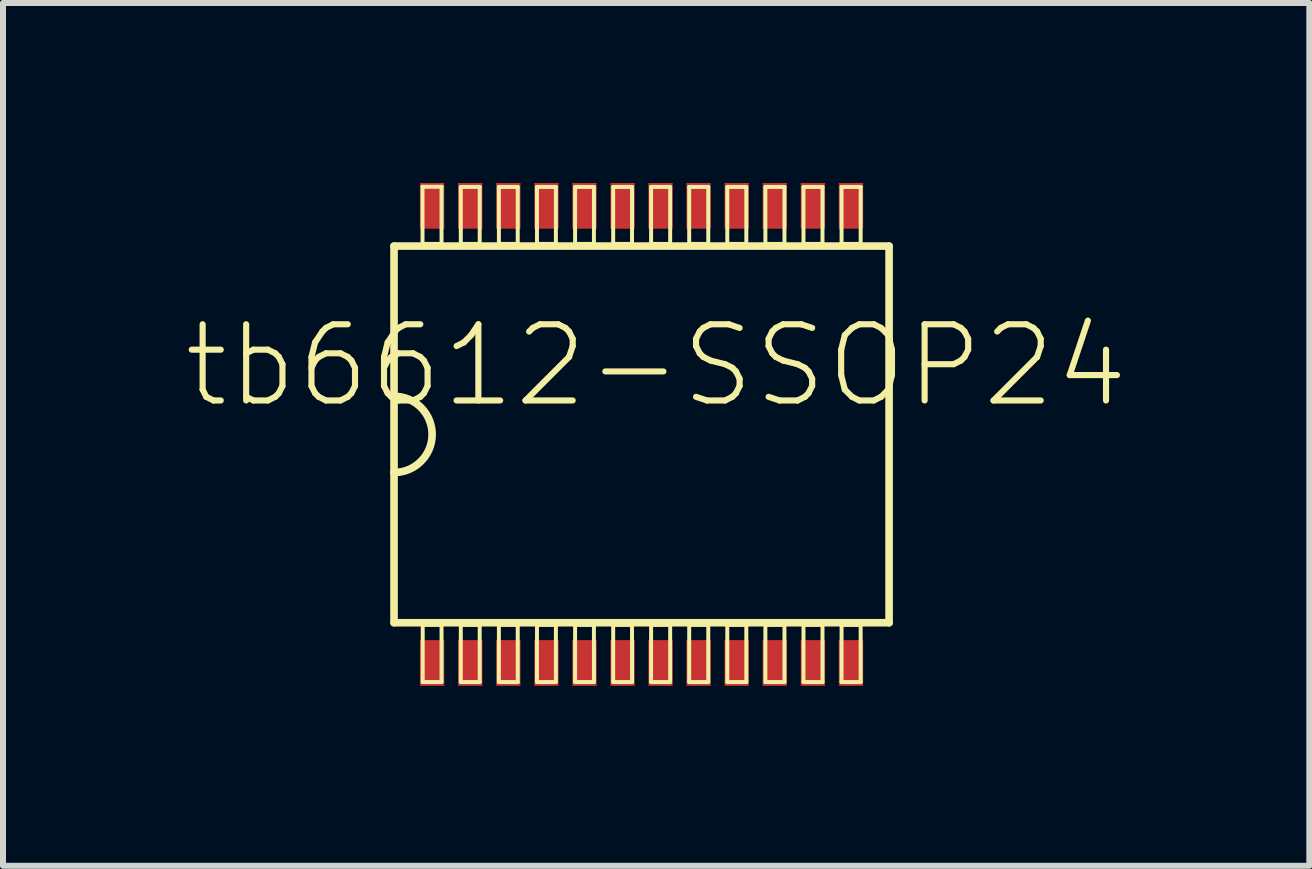
<source format=kicad_pcb>
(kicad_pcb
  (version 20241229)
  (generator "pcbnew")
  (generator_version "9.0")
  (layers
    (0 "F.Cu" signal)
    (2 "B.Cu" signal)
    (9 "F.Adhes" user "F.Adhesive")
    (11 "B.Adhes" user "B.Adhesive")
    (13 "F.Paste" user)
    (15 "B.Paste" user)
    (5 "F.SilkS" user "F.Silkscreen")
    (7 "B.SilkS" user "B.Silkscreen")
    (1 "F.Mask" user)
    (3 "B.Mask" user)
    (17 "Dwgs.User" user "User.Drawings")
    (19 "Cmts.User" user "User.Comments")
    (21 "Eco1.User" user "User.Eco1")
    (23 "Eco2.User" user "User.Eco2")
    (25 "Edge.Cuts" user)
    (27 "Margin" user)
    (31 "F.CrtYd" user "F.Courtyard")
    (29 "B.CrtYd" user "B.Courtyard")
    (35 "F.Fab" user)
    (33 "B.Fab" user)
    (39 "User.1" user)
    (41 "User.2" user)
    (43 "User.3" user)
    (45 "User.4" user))
  (footprint "tb6612-SSOP24"
    (layer "F.Cu")
    (at 7.803 4.191)
    (property "Reference" "tb6612-SSOP24" (at 0.084 -1.148 0) (layer "F.SilkS") (effects (font (size 1.27 1.27) (thickness 0.102))))
    (attr smd)
    (fp_line (start -4.285 -3.139) (end 3.967 -3.139) (stroke (width 0.127) (type solid)) (layer "F.SilkS"))
    (fp_line (start -4.285 -0.635) (end -4.285 -3.139) (stroke (width 0.127) (type solid)) (layer "F.SilkS"))
    (fp_line (start -4.285 0.635) (end -4.285 -0.635) (stroke (width 0.127) (type solid)) (layer "F.SilkS"))
    (fp_line (start -4.285 3.139) (end -4.285 0.635) (stroke (width 0.127) (type solid)) (layer "F.SilkS"))
    (fp_line (start -3.81 -4.128) (end -3.493 -4.128) (stroke (width 0.066) (type solid)) (layer "F.SilkS"))
    (fp_line (start -3.81 -3.175) (end -3.81 -4.128) (stroke (width 0.066) (type solid)) (layer "F.SilkS"))
    (fp_line (start -3.81 -3.175) (end -3.493 -3.175) (stroke (width 0.066) (type solid)) (layer "F.SilkS"))
    (fp_line (start -3.807 3.175) (end -3.493 3.175) (stroke (width 0.066) (type solid)) (layer "F.SilkS"))
    (fp_line (start -3.807 4.128) (end -3.807 3.175) (stroke (width 0.066) (type solid)) (layer "F.SilkS"))
    (fp_line (start -3.807 4.128) (end -3.493 4.128) (stroke (width 0.066) (type solid)) (layer "F.SilkS"))
    (fp_line (start -3.493 -3.175) (end -3.493 -4.128) (stroke (width 0.066) (type solid)) (layer "F.SilkS"))
    (fp_line (start -3.493 4.128) (end -3.493 3.175) (stroke (width 0.066) (type solid)) (layer "F.SilkS"))
    (fp_line (start -3.172 -4.125) (end -2.857 -4.125) (stroke (width 0.066) (type solid)) (layer "F.SilkS"))
    (fp_line (start -3.172 -3.175) (end -3.172 -4.125) (stroke (width 0.066) (type solid)) (layer "F.SilkS"))
    (fp_line (start -3.172 -3.175) (end -2.857 -3.175) (stroke (width 0.066) (type solid)) (layer "F.SilkS"))
    (fp_line (start -3.172 3.175) (end -2.857 3.175) (stroke (width 0.066) (type solid)) (layer "F.SilkS"))
    (fp_line (start -3.172 4.128) (end -3.172 3.175) (stroke (width 0.066) (type solid)) (layer "F.SilkS"))
    (fp_line (start -3.172 4.128) (end -2.857 4.128) (stroke (width 0.066) (type solid)) (layer "F.SilkS"))
    (fp_line (start -2.857 -3.175) (end -2.857 -4.125) (stroke (width 0.066) (type solid)) (layer "F.SilkS"))
    (fp_line (start -2.857 4.128) (end -2.857 3.175) (stroke (width 0.066) (type solid)) (layer "F.SilkS"))
    (fp_line (start -2.537 -4.125) (end -2.223 -4.125) (stroke (width 0.066) (type solid)) (layer "F.SilkS"))
    (fp_line (start -2.537 -3.175) (end -2.537 -4.125) (stroke (width 0.066) (type solid)) (layer "F.SilkS"))
    (fp_line (start -2.537 -3.175) (end -2.223 -3.175) (stroke (width 0.066) (type solid)) (layer "F.SilkS"))
    (fp_line (start -2.537 3.175) (end -2.223 3.175) (stroke (width 0.066) (type solid)) (layer "F.SilkS"))
    (fp_line (start -2.537 4.128) (end -2.537 3.175) (stroke (width 0.066) (type solid)) (layer "F.SilkS"))
    (fp_line (start -2.537 4.128) (end -2.223 4.128) (stroke (width 0.066) (type solid)) (layer "F.SilkS"))
    (fp_line (start -2.223 -3.175) (end -2.223 -4.125) (stroke (width 0.066) (type solid)) (layer "F.SilkS"))
    (fp_line (start -2.223 4.128) (end -2.223 3.175) (stroke (width 0.066) (type solid)) (layer "F.SilkS"))
    (fp_line (start -1.902 -4.125) (end -1.587 -4.125) (stroke (width 0.066) (type solid)) (layer "F.SilkS"))
    (fp_line (start -1.902 -3.175) (end -1.902 -4.125) (stroke (width 0.066) (type solid)) (layer "F.SilkS"))
    (fp_line (start -1.902 -3.175) (end -1.587 -3.175) (stroke (width 0.066) (type solid)) (layer "F.SilkS"))
    (fp_line (start -1.902 3.175) (end -1.587 3.175) (stroke (width 0.066) (type solid)) (layer "F.SilkS"))
    (fp_line (start -1.902 4.128) (end -1.902 3.175) (stroke (width 0.066) (type solid)) (layer "F.SilkS"))
    (fp_line (start -1.902 4.128) (end -1.587 4.128) (stroke (width 0.066) (type solid)) (layer "F.SilkS"))
    (fp_line (start -1.587 -3.175) (end -1.587 -4.125) (stroke (width 0.066) (type solid)) (layer "F.SilkS"))
    (fp_line (start -1.587 4.128) (end -1.587 3.175) (stroke (width 0.066) (type solid)) (layer "F.SilkS"))
    (fp_line (start -1.267 -4.125) (end -0.953 -4.125) (stroke (width 0.066) (type solid)) (layer "F.SilkS"))
    (fp_line (start -1.267 -3.175) (end -1.267 -4.125) (stroke (width 0.066) (type solid)) (layer "F.SilkS"))
    (fp_line (start -1.267 -3.175) (end -0.953 -3.175) (stroke (width 0.066) (type solid)) (layer "F.SilkS"))
    (fp_line (start -1.267 3.175) (end -0.953 3.175) (stroke (width 0.066) (type solid)) (layer "F.SilkS"))
    (fp_line (start -1.267 4.128) (end -1.267 3.175) (stroke (width 0.066) (type solid)) (layer "F.SilkS"))
    (fp_line (start -1.267 4.128) (end -0.953 4.128) (stroke (width 0.066) (type solid)) (layer "F.SilkS"))
    (fp_line (start -0.953 -3.175) (end -0.953 -4.125) (stroke (width 0.066) (type solid)) (layer "F.SilkS"))
    (fp_line (start -0.953 4.128) (end -0.953 3.175) (stroke (width 0.066) (type solid)) (layer "F.SilkS"))
    (fp_line (start -0.632 -4.125) (end -0.318 -4.125) (stroke (width 0.066) (type solid)) (layer "F.SilkS"))
    (fp_line (start -0.632 -3.175) (end -0.632 -4.125) (stroke (width 0.066) (type solid)) (layer "F.SilkS"))
    (fp_line (start -0.632 -3.175) (end -0.318 -3.175) (stroke (width 0.066) (type solid)) (layer "F.SilkS"))
    (fp_line (start -0.632 3.175) (end -0.318 3.175) (stroke (width 0.066) (type solid)) (layer "F.SilkS"))
    (fp_line (start -0.632 4.128) (end -0.632 3.175) (stroke (width 0.066) (type solid)) (layer "F.SilkS"))
    (fp_line (start -0.632 4.128) (end -0.318 4.128) (stroke (width 0.066) (type solid)) (layer "F.SilkS"))
    (fp_line (start -0.318 -3.175) (end -0.318 -4.125) (stroke (width 0.066) (type solid)) (layer "F.SilkS"))
    (fp_line (start -0.318 4.128) (end -0.318 3.175) (stroke (width 0.066) (type solid)) (layer "F.SilkS"))
    (fp_line (start 0 -4.125) (end 0.318 -4.125) (stroke (width 0.066) (type solid)) (layer "F.SilkS"))
    (fp_line (start 0 -3.175) (end 0 -4.125) (stroke (width 0.066) (type solid)) (layer "F.SilkS"))
    (fp_line (start 0 -3.175) (end 0.318 -3.175) (stroke (width 0.066) (type solid)) (layer "F.SilkS"))
    (fp_line (start 0 3.175) (end 0.318 3.175) (stroke (width 0.066) (type solid)) (layer "F.SilkS"))
    (fp_line (start 0 4.128) (end 0 3.175) (stroke (width 0.066) (type solid)) (layer "F.SilkS"))
    (fp_line (start 0 4.128) (end 0.318 4.128) (stroke (width 0.066) (type solid)) (layer "F.SilkS"))
    (fp_line (start 0.318 -3.175) (end 0.318 -4.125) (stroke (width 0.066) (type solid)) (layer "F.SilkS"))
    (fp_line (start 0.318 4.128) (end 0.318 3.175) (stroke (width 0.066) (type solid)) (layer "F.SilkS"))
    (fp_line (start 0.635 -4.125) (end 0.953 -4.125) (stroke (width 0.066) (type solid)) (layer "F.SilkS"))
    (fp_line (start 0.635 -3.175) (end 0.635 -4.125) (stroke (width 0.066) (type solid)) (layer "F.SilkS"))
    (fp_line (start 0.635 -3.175) (end 0.953 -3.175) (stroke (width 0.066) (type solid)) (layer "F.SilkS"))
    (fp_line (start 0.635 3.175) (end 0.953 3.175) (stroke (width 0.066) (type solid)) (layer "F.SilkS"))
    (fp_line (start 0.635 4.128) (end 0.635 3.175) (stroke (width 0.066) (type solid)) (layer "F.SilkS"))
    (fp_line (start 0.635 4.128) (end 0.953 4.128) (stroke (width 0.066) (type solid)) (layer "F.SilkS"))
    (fp_line (start 0.953 -3.175) (end 0.953 -4.125) (stroke (width 0.066) (type solid)) (layer "F.SilkS"))
    (fp_line (start 0.953 4.128) (end 0.953 3.175) (stroke (width 0.066) (type solid)) (layer "F.SilkS"))
    (fp_line (start 1.27 -4.125) (end 1.587 -4.125) (stroke (width 0.066) (type solid)) (layer "F.SilkS"))
    (fp_line (start 1.27 -3.175) (end 1.27 -4.125) (stroke (width 0.066) (type solid)) (layer "F.SilkS"))
    (fp_line (start 1.27 -3.175) (end 1.587 -3.175) (stroke (width 0.066) (type solid)) (layer "F.SilkS"))
    (fp_line (start 1.27 3.175) (end 1.587 3.175) (stroke (width 0.066) (type solid)) (layer "F.SilkS"))
    (fp_line (start 1.27 4.128) (end 1.27 3.175) (stroke (width 0.066) (type solid)) (layer "F.SilkS"))
    (fp_line (start 1.27 4.128) (end 1.587 4.128) (stroke (width 0.066) (type solid)) (layer "F.SilkS"))
    (fp_line (start 1.587 -3.175) (end 1.587 -4.125) (stroke (width 0.066) (type solid)) (layer "F.SilkS"))
    (fp_line (start 1.587 4.128) (end 1.587 3.175) (stroke (width 0.066) (type solid)) (layer "F.SilkS"))
    (fp_line (start 1.905 -4.125) (end 2.223 -4.125) (stroke (width 0.066) (type solid)) (layer "F.SilkS"))
    (fp_line (start 1.905 -3.175) (end 1.905 -4.125) (stroke (width 0.066) (type solid)) (layer "F.SilkS"))
    (fp_line (start 1.905 -3.175) (end 2.223 -3.175) (stroke (width 0.066) (type solid)) (layer "F.SilkS"))
    (fp_line (start 1.905 3.175) (end 2.223 3.175) (stroke (width 0.066) (type solid)) (layer "F.SilkS"))
    (fp_line (start 1.905 4.128) (end 1.905 3.175) (stroke (width 0.066) (type solid)) (layer "F.SilkS"))
    (fp_line (start 1.905 4.128) (end 2.223 4.128) (stroke (width 0.066) (type solid)) (layer "F.SilkS"))
    (fp_line (start 2.223 -3.175) (end 2.223 -4.125) (stroke (width 0.066) (type solid)) (layer "F.SilkS"))
    (fp_line (start 2.223 4.128) (end 2.223 3.175) (stroke (width 0.066) (type solid)) (layer "F.SilkS"))
    (fp_line (start 2.54 -4.125) (end 2.857 -4.125) (stroke (width 0.066) (type solid)) (layer "F.SilkS"))
    (fp_line (start 2.54 -3.175) (end 2.54 -4.125) (stroke (width 0.066) (type solid)) (layer "F.SilkS"))
    (fp_line (start 2.54 -3.175) (end 2.857 -3.175) (stroke (width 0.066) (type solid)) (layer "F.SilkS"))
    (fp_line (start 2.54 3.175) (end 2.857 3.175) (stroke (width 0.066) (type solid)) (layer "F.SilkS"))
    (fp_line (start 2.54 4.128) (end 2.54 3.175) (stroke (width 0.066) (type solid)) (layer "F.SilkS"))
    (fp_line (start 2.54 4.128) (end 2.857 4.128) (stroke (width 0.066) (type solid)) (layer "F.SilkS"))
    (fp_line (start 2.857 -3.175) (end 2.857 -4.125) (stroke (width 0.066) (type solid)) (layer "F.SilkS"))
    (fp_line (start 2.857 4.128) (end 2.857 3.175) (stroke (width 0.066) (type solid)) (layer "F.SilkS"))
    (fp_line (start 3.175 -4.125) (end 3.493 -4.125) (stroke (width 0.066) (type solid)) (layer "F.SilkS"))
    (fp_line (start 3.175 -3.175) (end 3.175 -4.125) (stroke (width 0.066) (type solid)) (layer "F.SilkS"))
    (fp_line (start 3.175 -3.175) (end 3.493 -3.175) (stroke (width 0.066) (type solid)) (layer "F.SilkS"))
    (fp_line (start 3.175 3.175) (end 3.493 3.175) (stroke (width 0.066) (type solid)) (layer "F.SilkS"))
    (fp_line (start 3.175 4.128) (end 3.175 3.175) (stroke (width 0.066) (type solid)) (layer "F.SilkS"))
    (fp_line (start 3.175 4.128) (end 3.493 4.128) (stroke (width 0.066) (type solid)) (layer "F.SilkS"))
    (fp_line (start 3.493 -3.175) (end 3.493 -4.125) (stroke (width 0.066) (type solid)) (layer "F.SilkS"))
    (fp_line (start 3.493 4.128) (end 3.493 3.175) (stroke (width 0.066) (type solid)) (layer "F.SilkS"))
    (fp_line (start 3.967 -3.139) (end 3.967 3.139) (stroke (width 0.127) (type solid)) (layer "F.SilkS"))
    (fp_line (start 3.967 3.139) (end -4.285 3.139) (stroke (width 0.127) (type solid)) (layer "F.SilkS"))
    (fp_arc (start -4.28498 -0.635) (mid -3.64998 0) (end -4.28498 0.635) (stroke (width 0.127) (type solid)) (layer "F.SilkS"))
    (pad "1" smd rect (at -3.65 3.81 180) (size 0.406 0.762) (layers "F.Cu" "F.Mask" "F.Paste"))
    (pad "2" smd rect (at -3.015 3.81 180) (size 0.406 0.762) (layers "F.Cu" "F.Mask" "F.Paste"))
    (pad "3" smd rect (at -2.38 3.81 180) (size 0.406 0.762) (layers "F.Cu" "F.Mask" "F.Paste"))
    (pad "4" smd rect (at -1.745 3.81 180) (size 0.406 0.762) (layers "F.Cu" "F.Mask" "F.Paste"))
    (pad "5" smd rect (at -1.11 3.81 180) (size 0.406 0.762) (layers "F.Cu" "F.Mask" "F.Paste"))
    (pad "6" smd rect (at -0.475 3.81 180) (size 0.406 0.762) (layers "F.Cu" "F.Mask" "F.Paste"))
    (pad "7" smd rect (at 0.157 3.81 180) (size 0.406 0.762) (layers "F.Cu" "F.Mask" "F.Paste"))
    (pad "8" smd rect (at 0.792 3.81 180) (size 0.406 0.762) (layers "F.Cu" "F.Mask" "F.Paste"))
    (pad "9" smd rect (at 1.427 3.81 180) (size 0.406 0.762) (layers "F.Cu" "F.Mask" "F.Paste"))
    (pad "10" smd rect (at 2.062 3.81 180) (size 0.406 0.762) (layers "F.Cu" "F.Mask" "F.Paste"))
    (pad "11" smd rect (at 2.697 3.81 180) (size 0.406 0.762) (layers "F.Cu" "F.Mask" "F.Paste"))
    (pad "12" smd rect (at 3.332 3.81 180) (size 0.406 0.762) (layers "F.Cu" "F.Mask" "F.Paste"))
    (pad "13" smd rect (at 3.332 -3.81 180) (size 0.406 0.762) (layers "F.Cu" "F.Mask" "F.Paste"))
    (pad "14" smd rect (at 2.697 -3.81 180) (size 0.406 0.762) (layers "F.Cu" "F.Mask" "F.Paste"))
    (pad "15" smd rect (at 2.062 -3.81 180) (size 0.406 0.762) (layers "F.Cu" "F.Mask" "F.Paste"))
    (pad "16" smd rect (at 1.427 -3.81 180) (size 0.406 0.762) (layers "F.Cu" "F.Mask" "F.Paste"))
    (pad "17" smd rect (at 0.792 -3.81 180) (size 0.406 0.762) (layers "F.Cu" "F.Mask" "F.Paste"))
    (pad "18" smd rect (at 0.157 -3.81 180) (size 0.406 0.762) (layers "F.Cu" "F.Mask" "F.Paste"))
    (pad "19" smd rect (at -0.475 -3.81 180) (size 0.406 0.762) (layers "F.Cu" "F.Mask" "F.Paste"))
    (pad "20" smd rect (at -1.11 -3.81 180) (size 0.406 0.762) (layers "F.Cu" "F.Mask" "F.Paste"))
    (pad "21" smd rect (at -1.745 -3.81 180) (size 0.406 0.762) (layers "F.Cu" "F.Mask" "F.Paste"))
    (pad "22" smd rect (at -2.38 -3.81 180) (size 0.406 0.762) (layers "F.Cu" "F.Mask" "F.Paste"))
    (pad "23" smd rect (at -3.015 -3.81 180) (size 0.406 0.762) (layers "F.Cu" "F.Mask" "F.Paste"))
    (pad "24" smd rect (at -3.65 -3.81 180) (size 0.406 0.762) (layers "F.Cu" "F.Mask" "F.Paste")))
  (gr_rect
    (start -3 -3)
    (end 18.775 11.382)
    (stroke (width 0.1) (type default))
    (fill no)
    (layer "Edge.Cuts")))
</source>
